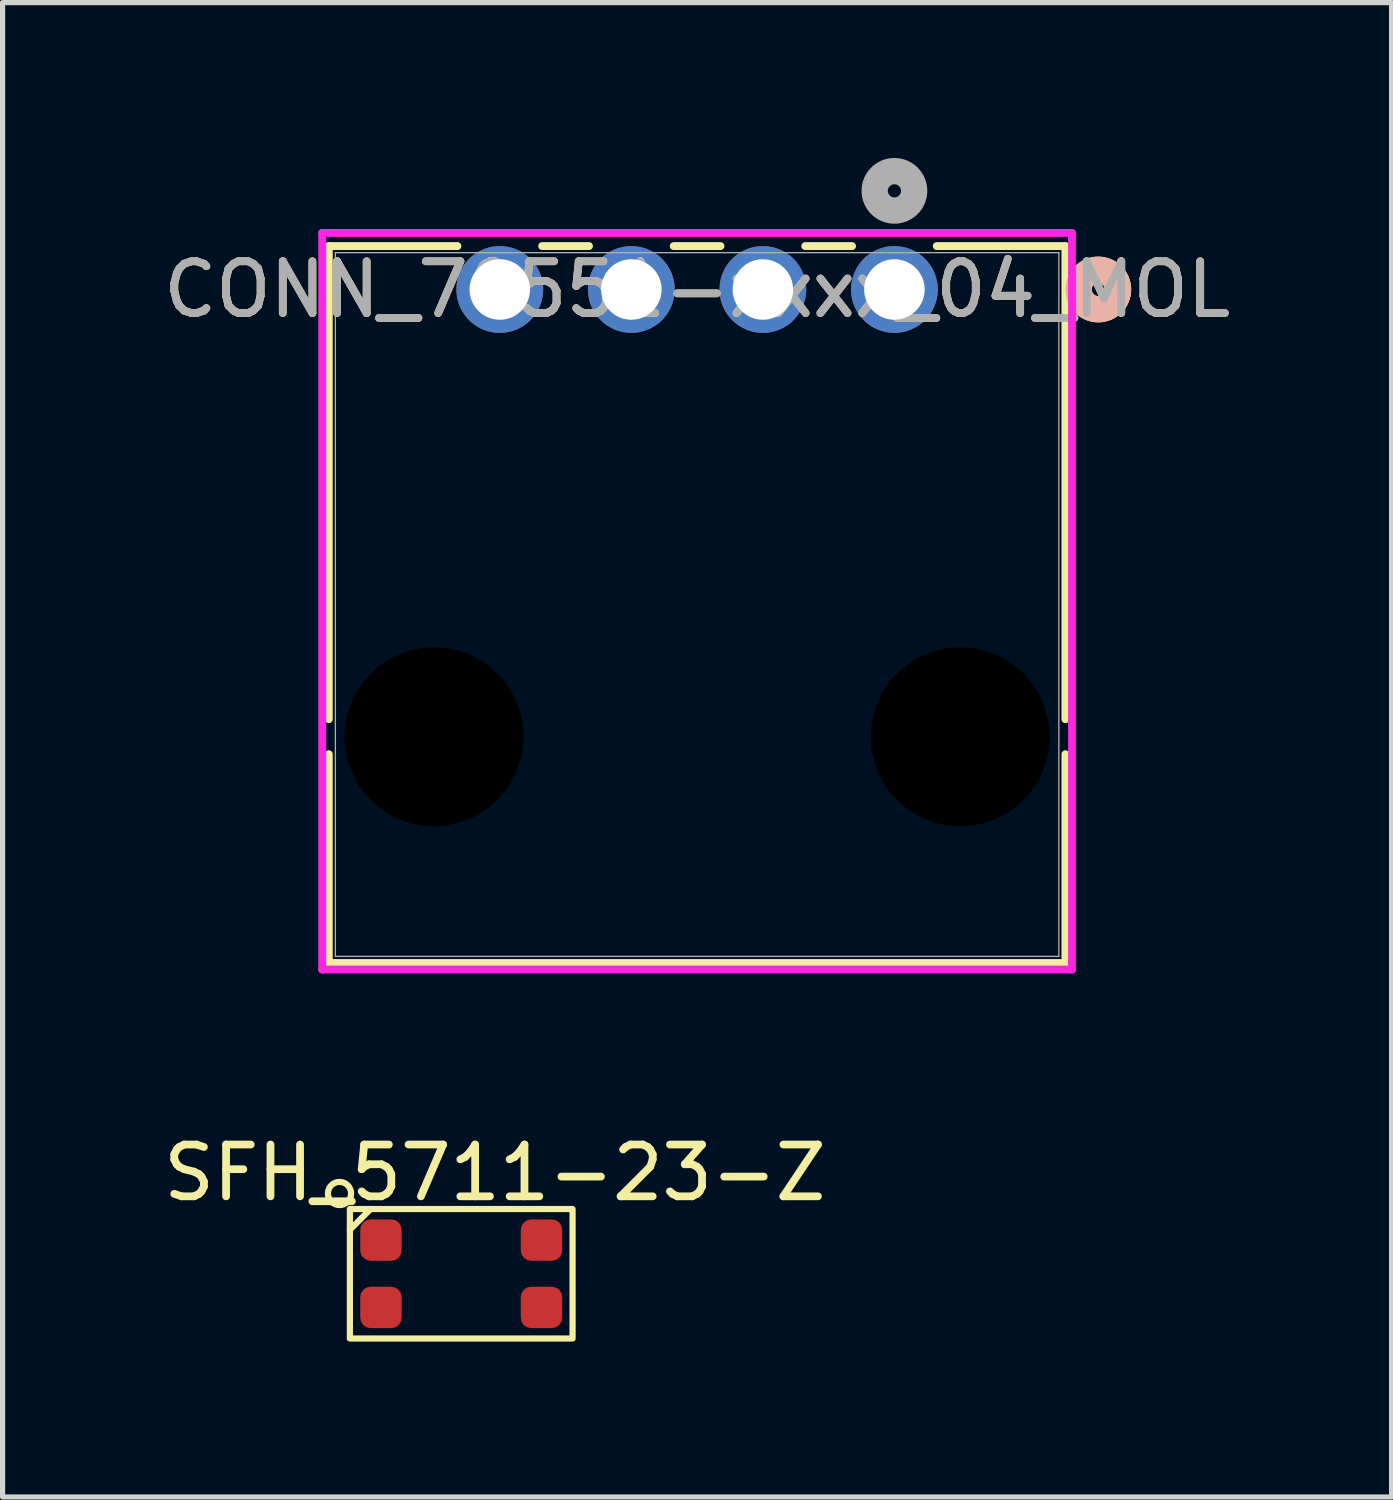
<source format=kicad_pcb>
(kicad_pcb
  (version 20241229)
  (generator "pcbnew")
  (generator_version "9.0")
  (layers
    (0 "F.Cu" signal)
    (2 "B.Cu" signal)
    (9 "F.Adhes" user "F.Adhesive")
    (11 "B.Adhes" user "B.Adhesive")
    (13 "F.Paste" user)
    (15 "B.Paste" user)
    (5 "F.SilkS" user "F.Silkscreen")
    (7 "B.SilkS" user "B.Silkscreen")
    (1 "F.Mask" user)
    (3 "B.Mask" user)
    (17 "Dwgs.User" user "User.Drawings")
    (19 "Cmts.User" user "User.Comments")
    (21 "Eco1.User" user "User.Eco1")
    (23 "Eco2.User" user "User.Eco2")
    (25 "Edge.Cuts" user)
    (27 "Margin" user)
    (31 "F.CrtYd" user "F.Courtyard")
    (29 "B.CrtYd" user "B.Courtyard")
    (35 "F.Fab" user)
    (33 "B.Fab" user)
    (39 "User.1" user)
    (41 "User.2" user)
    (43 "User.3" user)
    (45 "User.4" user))
  (footprint "SFH_5711-23-Z"
    (layer "F.Cu")
    (at 3.906 20.496)
    (property "Reference" "SFH_5711-23-Z" (at 2.6 -0.9 0) (unlocked yes) (layer "F.SilkS") (effects (font (size 1 1) (thickness 0.15))))
    (attr smd)
    (fp_line (start 0.2 -0.2) (end -0.2 0.2) (stroke (width 0.12) (type default)) (layer "F.SilkS"))
    (fp_rect (start -0.2 -0.2) (end 4.1 2.3) (stroke (width 0.12) (type default)) (fill no) (layer "F.SilkS"))
    (fp_circle (center -0.4 -0.5) (end -0.3 -0.7) (stroke (width 0.12) (type default)) (fill no) (layer "F.SilkS"))
    (pad "1" smd roundrect (at 0.4 0.4) (size 0.8 0.8) (layers "F.Cu" "F.Mask" "F.Paste") (roundrect_rratio 0.25))
    (pad "2" smd roundrect (at 0.4 1.7) (size 0.8 0.8) (layers "F.Cu" "F.Mask" "F.Paste") (roundrect_rratio 0.25))
    (pad "3" smd roundrect (at 3.5 1.7) (size 0.8 0.8) (layers "F.Cu" "F.Mask" "F.Paste") (roundrect_rratio 0.25))
    (pad "4" smd roundrect (at 3.5 0.4) (size 0.8 0.8) (layers "F.Cu" "F.Mask" "F.Paste") (roundrect_rratio 0.25)))
  (footprint "CONN_70551-xxxx_04_MOL"
    (layer "F.Cu")
    (at 14.221 2.54)
    (property "Reference" "CONN_70551-xxxx_04_MOL" (at -3.81 0 0) (unlocked yes) (layer "F.SilkS") (effects (font (size 1 1) (thickness 0.15))))
    (attr through_hole)
    (fp_line (start -10.922 -0.838) (end -10.922 8.298) (stroke (width 0.152) (type solid)) (layer "F.SilkS"))
    (fp_line (start -10.922 8.974) (end -10.922 13.005) (stroke (width 0.152) (type solid)) (layer "F.SilkS"))
    (fp_line (start -10.922 13.005) (end 3.302 13.005) (stroke (width 0.152) (type solid)) (layer "F.SilkS"))
    (fp_line (start -8.438 -0.838) (end -10.922 -0.838) (stroke (width 0.152) (type solid)) (layer "F.SilkS"))
    (fp_line (start -5.898 -0.838) (end -6.802 -0.838) (stroke (width 0.152) (type solid)) (layer "F.SilkS"))
    (fp_line (start -3.358 -0.838) (end -4.262 -0.838) (stroke (width 0.152) (type solid)) (layer "F.SilkS"))
    (fp_line (start -0.818 -0.838) (end -1.722 -0.838) (stroke (width 0.152) (type solid)) (layer "F.SilkS"))
    (fp_line (start 3.302 -0.838) (end 0.818 -0.838) (stroke (width 0.152) (type solid)) (layer "F.SilkS"))
    (fp_line (start 3.302 8.298) (end 3.302 -0.838) (stroke (width 0.152) (type solid)) (layer "F.SilkS"))
    (fp_line (start 3.302 13.005) (end 3.302 8.974) (stroke (width 0.152) (type solid)) (layer "F.SilkS"))
    (fp_circle (center 3.937 0) (end 4.318 0) (stroke (width 0.508) (type solid)) (fill no) (layer "F.SilkS"))
    (fp_circle (center 3.937 0) (end 4.318 0) (stroke (width 0.508) (type solid)) (fill no) (layer "B.SilkS"))
    (fp_line (start -11.049 -1.092) (end -11.049 13.132) (stroke (width 0.152) (type solid)) (layer "F.CrtYd"))
    (fp_line (start -11.049 13.132) (end 3.429 13.132) (stroke (width 0.152) (type solid)) (layer "F.CrtYd"))
    (fp_line (start 3.429 -1.092) (end -11.049 -1.092) (stroke (width 0.152) (type solid)) (layer "F.CrtYd"))
    (fp_line (start 3.429 13.132) (end 3.429 -1.092) (stroke (width 0.152) (type solid)) (layer "F.CrtYd"))
    (fp_line (start -10.795 -0.711) (end -10.795 12.878) (stroke (width 0.025) (type solid)) (layer "F.Fab"))
    (fp_line (start -10.795 12.878) (end 3.175 12.878) (stroke (width 0.025) (type solid)) (layer "F.Fab"))
    (fp_line (start 3.175 -0.711) (end -10.795 -0.711) (stroke (width 0.025) (type solid)) (layer "F.Fab"))
    (fp_line (start 3.175 12.878) (end 3.175 -0.711) (stroke (width 0.025) (type solid)) (layer "F.Fab"))
    (fp_circle (center 0 -1.905) (end 0.381 -1.905) (stroke (width 0.508) (type solid)) (fill no) (layer "F.Fab"))
    (fp_text user "${REFERENCE}" (at -3.81 0 0) (unlocked yes) (layer "F.Fab") (effects (font (size 1 1) (thickness 0.15))))
    (pad "" np_thru_hole circle (at -8.89 8.636) (size 3.454 3.454) (drill 3.454) (layers))
    (pad "" np_thru_hole circle (at 1.27 8.636) (size 3.454 3.454) (drill 3.454) (layers))
    (pad "1" thru_hole circle (at 0 0) (size 1.676 1.676) (drill 1.168) (layers "*.Cu" "*.Mask"))
    (pad "2" thru_hole circle (at -2.54 0) (size 1.676 1.676) (drill 1.168) (layers "*.Cu" "*.Mask"))
    (pad "3" thru_hole circle (at -5.08 0) (size 1.676 1.676) (drill 1.168) (layers "*.Cu" "*.Mask"))
    (pad "4" thru_hole circle (at -7.62 0) (size 1.676 1.676) (drill 1.168) (layers "*.Cu" "*.Mask")))
  (gr_rect
    (start -3 -3)
    (end 23.821 25.856)
    (stroke (width 0.1) (type default))
    (fill no)
    (layer "Edge.Cuts")))
</source>
